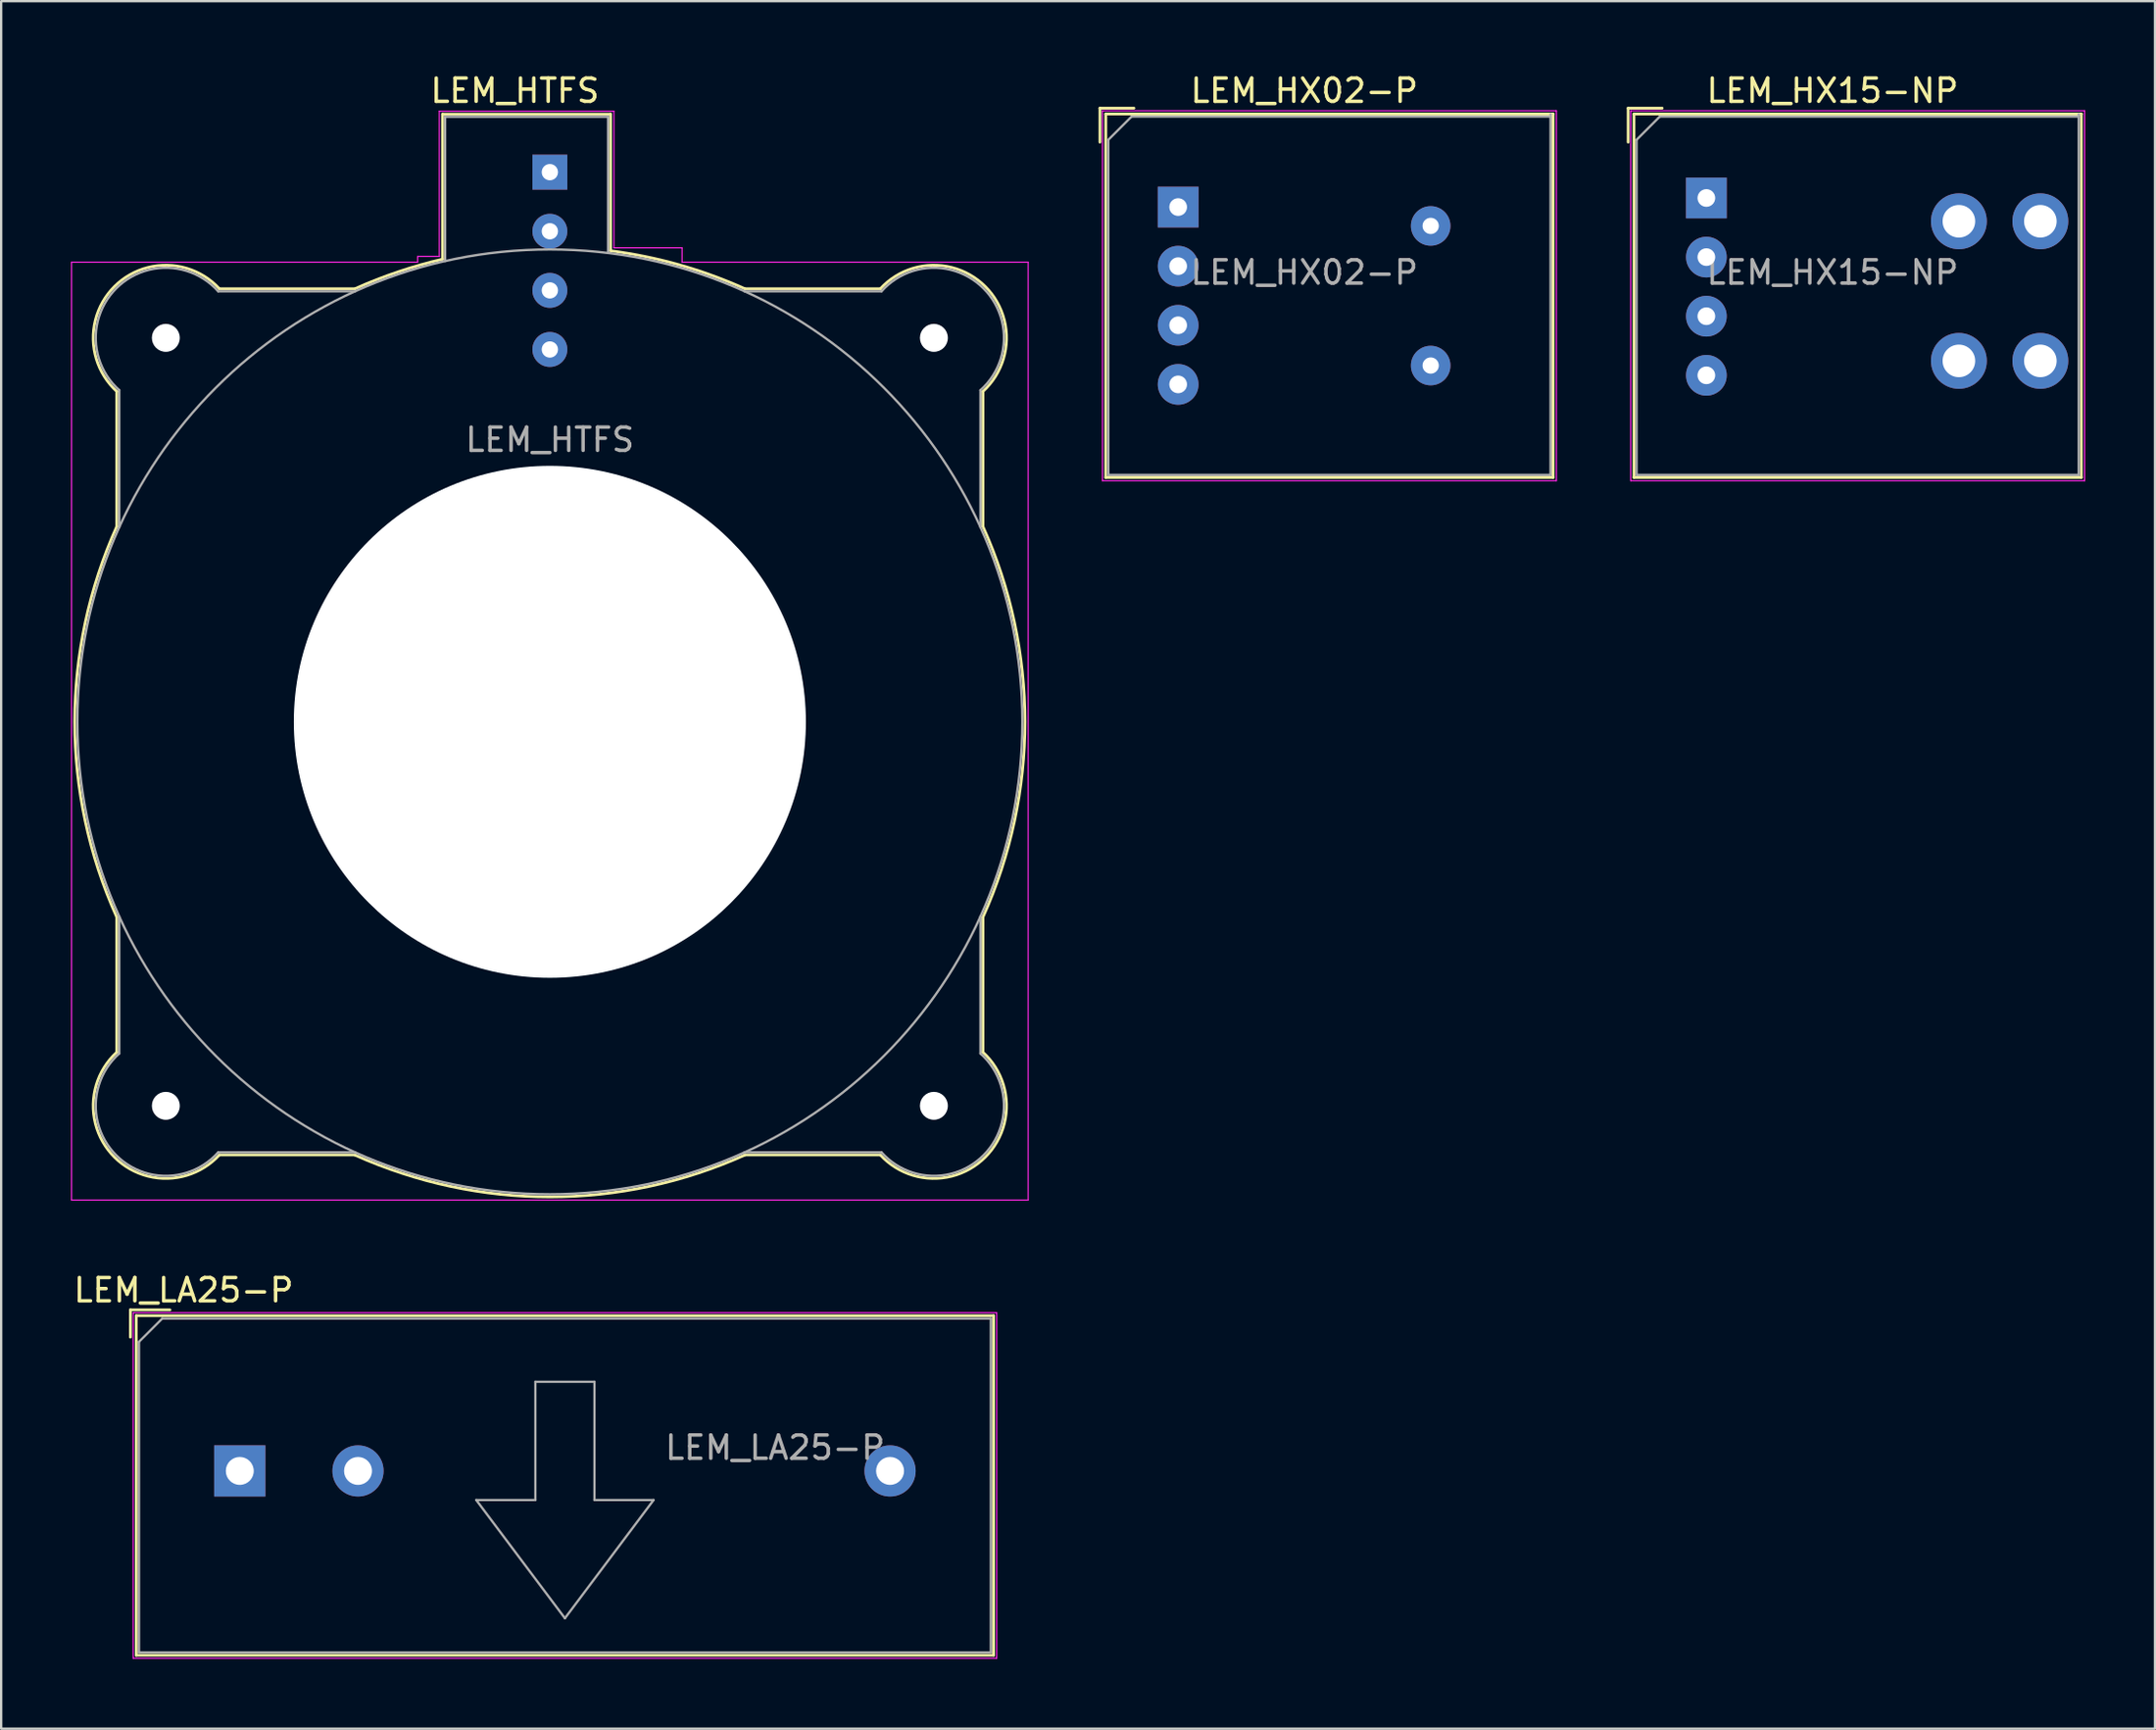
<source format=kicad_pcb>
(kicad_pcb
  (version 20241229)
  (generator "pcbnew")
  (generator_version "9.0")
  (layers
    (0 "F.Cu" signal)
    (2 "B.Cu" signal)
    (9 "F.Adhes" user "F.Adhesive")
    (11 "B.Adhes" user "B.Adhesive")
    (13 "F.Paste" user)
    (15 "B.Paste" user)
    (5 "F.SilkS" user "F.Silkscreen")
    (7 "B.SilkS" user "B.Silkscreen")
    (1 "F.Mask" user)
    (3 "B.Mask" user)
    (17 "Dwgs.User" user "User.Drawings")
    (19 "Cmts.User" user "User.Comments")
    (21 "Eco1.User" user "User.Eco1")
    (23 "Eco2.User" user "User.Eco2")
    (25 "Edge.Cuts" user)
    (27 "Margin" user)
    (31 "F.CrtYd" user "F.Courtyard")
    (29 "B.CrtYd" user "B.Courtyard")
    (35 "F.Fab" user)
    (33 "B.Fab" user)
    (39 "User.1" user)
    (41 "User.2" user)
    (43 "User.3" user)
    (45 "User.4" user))
  (footprint "LEM_HTFS"
    (layer "F.Cu")
    (at 20.575 4.348)
    (property "Reference" "LEM_HTFS" (at -1.5 -3.5 180) (layer "F.SilkS") (effects (font (size 1 1) (thickness 0.15))))
    (attr through_hole)
    (fp_line (start -18.61 15.23) (end -18.61 9.42) (stroke (width 0.12) (type solid)) (layer "F.SilkS"))
    (fp_line (start -18.61 37.82) (end -18.61 32.01) (stroke (width 0.12) (type solid)) (layer "F.SilkS"))
    (fp_line (start -8.38 5.01) (end -14.2 5.01) (stroke (width 0.12) (type solid)) (layer "F.SilkS"))
    (fp_line (start -8.38 42.23) (end -14.2 42.23) (stroke (width 0.12) (type solid)) (layer "F.SilkS"))
    (fp_line (start -4.61 -2.49) (end -4.61 3.74) (stroke (width 0.12) (type solid)) (layer "F.SilkS"))
    (fp_line (start -4.61 -2.49) (end 2.61 -2.49) (stroke (width 0.12) (type solid)) (layer "F.SilkS"))
    (fp_line (start 2.61 -2.49) (end 2.61 3.37) (stroke (width 0.12) (type solid)) (layer "F.SilkS"))
    (fp_line (start 8.38 5.01) (end 14.2 5.01) (stroke (width 0.12) (type solid)) (layer "F.SilkS"))
    (fp_line (start 8.38 42.23) (end 14.2 42.23) (stroke (width 0.12) (type solid)) (layer "F.SilkS"))
    (fp_line (start 18.61 15.23) (end 18.61 9.42) (stroke (width 0.12) (type solid)) (layer "F.SilkS"))
    (fp_line (start 18.61 37.82) (end 18.61 32.01) (stroke (width 0.12) (type solid)) (layer "F.SilkS"))
    (fp_arc (start -18.615098 31.998684) (mid -20.413823 23.613794) (end -18.61 15.23) (stroke (width 0.12) (type solid)) (layer "F.SilkS"))
    (fp_arc (start -18.607349 9.422429) (mid -18.708316 4.914226) (end -14.2 5.01) (stroke (width 0.12) (type solid)) (layer "F.SilkS"))
    (fp_arc (start -14.197571 42.227349) (mid -18.705774 42.328316) (end -18.61 37.82) (stroke (width 0.12) (type solid)) (layer "F.SilkS"))
    (fp_arc (start -8.351096 4.999428) (mid -6.511071 4.279047) (end -4.61 3.74) (stroke (width 0.12) (type solid)) (layer "F.SilkS"))
    (fp_arc (start 2.60813 3.377615) (mid 5.55436 3.980612) (end 8.38 5.01) (stroke (width 0.12) (type solid)) (layer "F.SilkS"))
    (fp_arc (start 8.39 42.23) (mid 0.006206 44.033823) (end -8.378684 42.235098) (stroke (width 0.12) (type solid)) (layer "F.SilkS"))
    (fp_arc (start 14.197571 5.012651) (mid 18.705774 4.911684) (end 18.61 9.42) (stroke (width 0.12) (type solid)) (layer "F.SilkS"))
    (fp_arc (start 18.607349 37.817571) (mid 18.708316 42.325774) (end 14.2 42.23) (stroke (width 0.12) (type solid)) (layer "F.SilkS"))
    (fp_arc (start 18.61 15.23) (mid 20.413823 23.613794) (end 18.615098 31.998684) (stroke (width 0.12) (type solid)) (layer "F.SilkS"))
    (fp_line (start -20.55 3.87) (end -5.68 3.87) (stroke (width 0.05) (type solid)) (layer "F.CrtYd"))
    (fp_line (start -20.55 44.17) (end -20.55 3.87) (stroke (width 0.05) (type solid)) (layer "F.CrtYd"))
    (fp_line (start -5.68 3.62) (end -5.68 3.87) (stroke (width 0.05) (type solid)) (layer "F.CrtYd"))
    (fp_line (start -4.75 -2.62) (end 2.75 -2.62) (stroke (width 0.05) (type solid)) (layer "F.CrtYd"))
    (fp_line (start -4.75 3.62) (end -5.68 3.62) (stroke (width 0.05) (type solid)) (layer "F.CrtYd"))
    (fp_line (start -4.75 3.62) (end -4.75 -2.62) (stroke (width 0.05) (type solid)) (layer "F.CrtYd"))
    (fp_line (start 2.75 -2.62) (end 2.75 3.25) (stroke (width 0.05) (type solid)) (layer "F.CrtYd"))
    (fp_line (start 5.68 3.25) (end 2.75 3.25) (stroke (width 0.05) (type solid)) (layer "F.CrtYd"))
    (fp_line (start 5.68 3.87) (end 5.68 3.25) (stroke (width 0.05) (type solid)) (layer "F.CrtYd"))
    (fp_line (start 5.68 3.87) (end 20.55 3.87) (stroke (width 0.05) (type solid)) (layer "F.CrtYd"))
    (fp_line (start 20.55 44.17) (end -20.55 44.17) (stroke (width 0.05) (type solid)) (layer "F.CrtYd"))
    (fp_line (start 20.55 44.17) (end 20.55 3.87) (stroke (width 0.05) (type solid)) (layer "F.CrtYd"))
    (fp_line (start -18.5 15.26) (end -18.5 9.37) (stroke (width 0.1) (type solid)) (layer "F.Fab"))
    (fp_line (start -18.5 37.87) (end -18.5 31.98) (stroke (width 0.1) (type solid)) (layer "F.Fab"))
    (fp_line (start -14.25 5.12) (end -8.36 5.12) (stroke (width 0.1) (type solid)) (layer "F.Fab"))
    (fp_line (start -14.25 42.12) (end -8.36 42.12) (stroke (width 0.1) (type solid)) (layer "F.Fab"))
    (fp_line (start -4.5 -2.38) (end -4.5 3.82) (stroke (width 0.1) (type solid)) (layer "F.Fab"))
    (fp_line (start -4.5 -2.38) (end 2.5 -2.38) (stroke (width 0.1) (type solid)) (layer "F.Fab"))
    (fp_line (start 2.5 -2.38) (end 2.5 3.47) (stroke (width 0.1) (type solid)) (layer "F.Fab"))
    (fp_line (start 14.25 5.12) (end 8.36 5.12) (stroke (width 0.1) (type solid)) (layer "F.Fab"))
    (fp_line (start 14.25 42.12) (end 8.36 42.12) (stroke (width 0.1) (type solid)) (layer "F.Fab"))
    (fp_line (start 18.5 15.26) (end 18.5 9.37) (stroke (width 0.1) (type solid)) (layer "F.Fab"))
    (fp_line (start 18.5 37.87) (end 18.5 31.98) (stroke (width 0.1) (type solid)) (layer "F.Fab"))
    (fp_arc (start -18.501292 9.36885) (mid -18.628061 4.990716) (end -14.25 5.12) (stroke (width 0.1) (type solid)) (layer "F.Fab"))
    (fp_arc (start -14.25115 42.121292) (mid -18.629284 42.248061) (end -18.5 37.87) (stroke (width 0.1) (type solid)) (layer "F.Fab"))
    (fp_arc (start 14.25115 5.118708) (mid 18.629284 4.991939) (end 18.5 9.37) (stroke (width 0.1) (type solid)) (layer "F.Fab"))
    (fp_arc (start 18.501292 37.87115) (mid 18.628061 42.249284) (end 14.25 42.12) (stroke (width 0.1) (type solid)) (layer "F.Fab"))
    (fp_circle (center 0 23.62) (end 0 3.32) (stroke (width 0.1) (type solid)) (fill no) (layer "F.Fab"))
    (fp_text user "${REFERENCE}" (at 0 11.5 180) (layer "F.Fab") (effects (font (size 1 1) (thickness 0.15))))
    (pad "" np_thru_hole circle (at -16.5 7.12) (size 1.2 1.2) (drill 1.2) (layers "*.Cu" "*.Mask"))
    (pad "" np_thru_hole circle (at -16.5 40.12) (size 1.2 1.2) (drill 1.2) (layers "*.Cu" "*.Mask"))
    (pad "" np_thru_hole circle (at 0 23.62) (size 22 22) (drill 22) (layers "*.Cu" "*.Mask"))
    (pad "" np_thru_hole circle (at 16.5 7.12) (size 1.2 1.2) (drill 1.2) (layers "*.Cu" "*.Mask"))
    (pad "" np_thru_hole circle (at 16.5 40.12) (size 1.2 1.2) (drill 1.2) (layers "*.Cu" "*.Mask"))
    (pad "1" thru_hole rect (at 0 0) (size 1.5 1.5) (drill 0.7) (layers "*.Cu" "*.Mask"))
    (pad "2" thru_hole circle (at 0 2.54) (size 1.5 1.5) (drill 0.7) (layers "*.Cu" "*.Mask"))
    (pad "3" thru_hole circle (at 0 5.08) (size 1.5 1.5) (drill 0.7) (layers "*.Cu" "*.Mask"))
    (pad "4" thru_hole circle (at 0 7.62) (size 1.5 1.5) (drill 0.7) (layers "*.Cu" "*.Mask")))
  (footprint "LEM_LA25-P"
    (layer "F.Cu")
    (at 7.252 60.158)
    (property "Reference" "LEM_LA25-P" (at -2.413 -7.767 0) (layer "F.SilkS") (effects (font (size 1 1) (thickness 0.15))))
    (attr through_hole)
    (fp_line (start -4.7 -6.92) (end -4.7 -5.75) (stroke (width 0.12) (type solid)) (layer "F.SilkS"))
    (fp_line (start -4.45 -6.67) (end -4.45 7.92) (stroke (width 0.12) (type solid)) (layer "F.SilkS"))
    (fp_line (start -4.45 7.92) (end 32.39 7.92) (stroke (width 0.12) (type solid)) (layer "F.SilkS"))
    (fp_line (start -3 -6.92) (end -4.7 -6.92) (stroke (width 0.12) (type solid)) (layer "F.SilkS"))
    (fp_line (start 32.39 -6.67) (end -4.45 -6.67) (stroke (width 0.12) (type solid)) (layer "F.SilkS"))
    (fp_line (start 32.39 7.92) (end 32.39 -6.67) (stroke (width 0.12) (type solid)) (layer "F.SilkS"))
    (fp_line (start -4.58 -6.8) (end -4.58 8.05) (stroke (width 0.05) (type solid)) (layer "F.CrtYd"))
    (fp_line (start -4.58 -6.8) (end 32.52 -6.8) (stroke (width 0.05) (type solid)) (layer "F.CrtYd"))
    (fp_line (start 32.52 8.05) (end -4.58 8.05) (stroke (width 0.05) (type solid)) (layer "F.CrtYd"))
    (fp_line (start 32.52 8.05) (end 32.52 -6.8) (stroke (width 0.05) (type solid)) (layer "F.CrtYd"))
    (fp_line (start -4.33 -5.55) (end -3.33 -6.55) (stroke (width 0.1) (type solid)) (layer "F.Fab"))
    (fp_line (start -4.33 7.8) (end -4.33 -5.55) (stroke (width 0.1) (type solid)) (layer "F.Fab"))
    (fp_line (start -3.33 -6.55) (end 32.27 -6.55) (stroke (width 0.1) (type solid)) (layer "F.Fab"))
    (fp_line (start 10.16 1.25) (end 13.97 6.33) (stroke (width 0.1) (type solid)) (layer "F.Fab"))
    (fp_line (start 12.7 -3.83) (end 12.7 1.25) (stroke (width 0.1) (type solid)) (layer "F.Fab"))
    (fp_line (start 12.7 1.25) (end 10.16 1.25) (stroke (width 0.1) (type solid)) (layer "F.Fab"))
    (fp_line (start 13.97 6.33) (end 17.78 1.25) (stroke (width 0.1) (type solid)) (layer "F.Fab"))
    (fp_line (start 15.24 -3.83) (end 12.7 -3.83) (stroke (width 0.1) (type solid)) (layer "F.Fab"))
    (fp_line (start 15.24 1.25) (end 15.24 -3.83) (stroke (width 0.1) (type solid)) (layer "F.Fab"))
    (fp_line (start 17.78 1.25) (end 15.24 1.25) (stroke (width 0.1) (type solid)) (layer "F.Fab"))
    (fp_line (start 32.27 -6.55) (end 32.27 7.8) (stroke (width 0.1) (type solid)) (layer "F.Fab"))
    (fp_line (start 32.27 7.8) (end -4.33 7.8) (stroke (width 0.1) (type solid)) (layer "F.Fab"))
    (fp_text user "${REFERENCE}" (at 23 -1 0) (layer "F.Fab") (effects (font (size 1 1) (thickness 0.15))))
    (pad "1" thru_hole rect (at 0 0) (size 2.2 2.2) (drill 1.2) (layers "*.Cu" "*.Mask"))
    (pad "2" thru_hole circle (at 5.08 0) (size 2.2 2.2) (drill 1.2) (layers "*.Cu" "*.Mask"))
    (pad "3" thru_hole circle (at 27.94 0) (size 2.2 2.2) (drill 1.2) (layers "*.Cu" "*.Mask")))
  (footprint "LEM_HX02-P"
    (layer "F.Cu")
    (at 47.57 5.848)
    (property "Reference" "LEM_HX02-P" (at 5.42 -5 0) (layer "F.SilkS") (effects (font (size 1 1) (thickness 0.15))))
    (attr through_hole)
    (fp_line (start -3.36 -2.79) (end -3.36 -4.25) (stroke (width 0.12) (type solid)) (layer "F.SilkS"))
    (fp_line (start -3.11 -4) (end -3.11 11.62) (stroke (width 0.12) (type solid)) (layer "F.SilkS"))
    (fp_line (start -3.11 11.62) (end 16.11 11.62) (stroke (width 0.12) (type solid)) (layer "F.SilkS"))
    (fp_line (start -1.9 -4.25) (end -3.36 -4.25) (stroke (width 0.12) (type solid)) (layer "F.SilkS"))
    (fp_line (start 16.11 -4) (end -3.11 -4) (stroke (width 0.12) (type solid)) (layer "F.SilkS"))
    (fp_line (start 16.11 11.62) (end 16.11 -4) (stroke (width 0.12) (type solid)) (layer "F.SilkS"))
    (fp_line (start -3.25 -4.14) (end -3.25 11.76) (stroke (width 0.05) (type solid)) (layer "F.CrtYd"))
    (fp_line (start -3.25 11.76) (end 16.25 11.76) (stroke (width 0.05) (type solid)) (layer "F.CrtYd"))
    (fp_line (start 16.25 -4.14) (end -3.25 -4.14) (stroke (width 0.05) (type solid)) (layer "F.CrtYd"))
    (fp_line (start 16.25 11.76) (end 16.25 -4.14) (stroke (width 0.05) (type solid)) (layer "F.CrtYd"))
    (fp_line (start -3 -2.89) (end -3 11.51) (stroke (width 0.1) (type solid)) (layer "F.Fab"))
    (fp_line (start -3 11.51) (end 16 11.51) (stroke (width 0.1) (type solid)) (layer "F.Fab"))
    (fp_line (start -2 -3.89) (end -3 -2.89) (stroke (width 0.1) (type solid)) (layer "F.Fab"))
    (fp_line (start 16 -3.89) (end -2 -3.89) (stroke (width 0.1) (type solid)) (layer "F.Fab"))
    (fp_line (start 16 11.51) (end 16 -4) (stroke (width 0.1) (type solid)) (layer "F.Fab"))
    (fp_text user "${REFERENCE}" (at 5.42 2.81 0) (layer "F.Fab") (effects (font (size 1 1) (thickness 0.15))))
    (pad "1" thru_hole rect (at 0 0) (size 1.75 1.75) (drill 0.76) (layers "*.Cu" "*.Mask"))
    (pad "2" thru_hole circle (at 0 2.54) (size 1.75 1.75) (drill 0.76) (layers "*.Cu" "*.Mask"))
    (pad "3" thru_hole circle (at 0 5.08) (size 1.75 1.75) (drill 0.76) (layers "*.Cu" "*.Mask"))
    (pad "4" thru_hole circle (at 0 7.62) (size 1.75 1.75) (drill 0.76) (layers "*.Cu" "*.Mask"))
    (pad "5" thru_hole circle (at 10.85 0.81) (size 1.7 1.7) (drill 0.7) (layers "*.Cu" "*.Mask"))
    (pad "6" thru_hole circle (at 10.85 6.81) (size 1.7 1.7) (drill 0.7) (layers "*.Cu" "*.Mask")))
  (footprint "LEM_HX15-NP"
    (layer "F.Cu")
    (at 70.265 5.458)
    (property "Reference" "LEM_HX15-NP" (at 5.42 -4.61 0) (layer "F.SilkS") (effects (font (size 1 1) (thickness 0.15))))
    (attr through_hole)
    (fp_line (start -3.36 -2.4) (end -3.36 -3.86) (stroke (width 0.12) (type solid)) (layer "F.SilkS"))
    (fp_line (start -3.11 -3.61) (end -3.11 12.01) (stroke (width 0.12) (type solid)) (layer "F.SilkS"))
    (fp_line (start -3.11 12.01) (end 16.11 12.01) (stroke (width 0.12) (type solid)) (layer "F.SilkS"))
    (fp_line (start -1.9 -3.86) (end -3.36 -3.86) (stroke (width 0.12) (type solid)) (layer "F.SilkS"))
    (fp_line (start 16.11 -3.61) (end -3.11 -3.61) (stroke (width 0.12) (type solid)) (layer "F.SilkS"))
    (fp_line (start 16.11 12.01) (end 16.11 -3.61) (stroke (width 0.12) (type solid)) (layer "F.SilkS"))
    (fp_line (start -3.25 -3.75) (end -3.25 12.15) (stroke (width 0.05) (type solid)) (layer "F.CrtYd"))
    (fp_line (start -3.25 12.15) (end 16.25 12.15) (stroke (width 0.05) (type solid)) (layer "F.CrtYd"))
    (fp_line (start 16.25 -3.75) (end -3.25 -3.75) (stroke (width 0.05) (type solid)) (layer "F.CrtYd"))
    (fp_line (start 16.25 12.15) (end 16.25 -3.75) (stroke (width 0.05) (type solid)) (layer "F.CrtYd"))
    (fp_line (start -3 -2.5) (end -3 11.9) (stroke (width 0.1) (type solid)) (layer "F.Fab"))
    (fp_line (start -3 11.9) (end 16 11.9) (stroke (width 0.1) (type solid)) (layer "F.Fab"))
    (fp_line (start -2 -3.5) (end -3 -2.5) (stroke (width 0.1) (type solid)) (layer "F.Fab"))
    (fp_line (start 16 -3.5) (end -2 -3.5) (stroke (width 0.1) (type solid)) (layer "F.Fab"))
    (fp_line (start 16 11.9) (end 16 -3.61) (stroke (width 0.1) (type solid)) (layer "F.Fab"))
    (fp_text user "${REFERENCE}" (at 5.42 3.2 0) (layer "F.Fab") (effects (font (size 1 1) (thickness 0.15))))
    (pad "1" thru_hole rect (at 0 0) (size 1.75 1.75) (drill 0.76) (layers "*.Cu" "*.Mask"))
    (pad "2" thru_hole circle (at 0 2.54) (size 1.75 1.75) (drill 0.76) (layers "*.Cu" "*.Mask"))
    (pad "3" thru_hole circle (at 0 5.08) (size 1.75 1.75) (drill 0.76) (layers "*.Cu" "*.Mask"))
    (pad "4" thru_hole circle (at 0 7.62) (size 1.75 1.75) (drill 0.76) (layers "*.Cu" "*.Mask"))
    (pad "5" thru_hole circle (at 10.85 1) (size 2.4 2.4) (drill 1.4) (layers "*.Cu" "*.Mask"))
    (pad "6" thru_hole circle (at 10.85 7) (size 2.4 2.4) (drill 1.4) (layers "*.Cu" "*.Mask"))
    (pad "7" thru_hole circle (at 14.35 1) (size 2.4 2.4) (drill 1.4) (layers "*.Cu" "*.Mask"))
    (pad "8" thru_hole circle (at 14.35 7) (size 2.4 2.4) (drill 1.4) (layers "*.Cu" "*.Mask")))
  (gr_rect
    (start -3 -3)
    (end 89.54 71.234)
    (stroke (width 0.1) (type default))
    (fill no)
    (layer "Edge.Cuts")))
</source>
